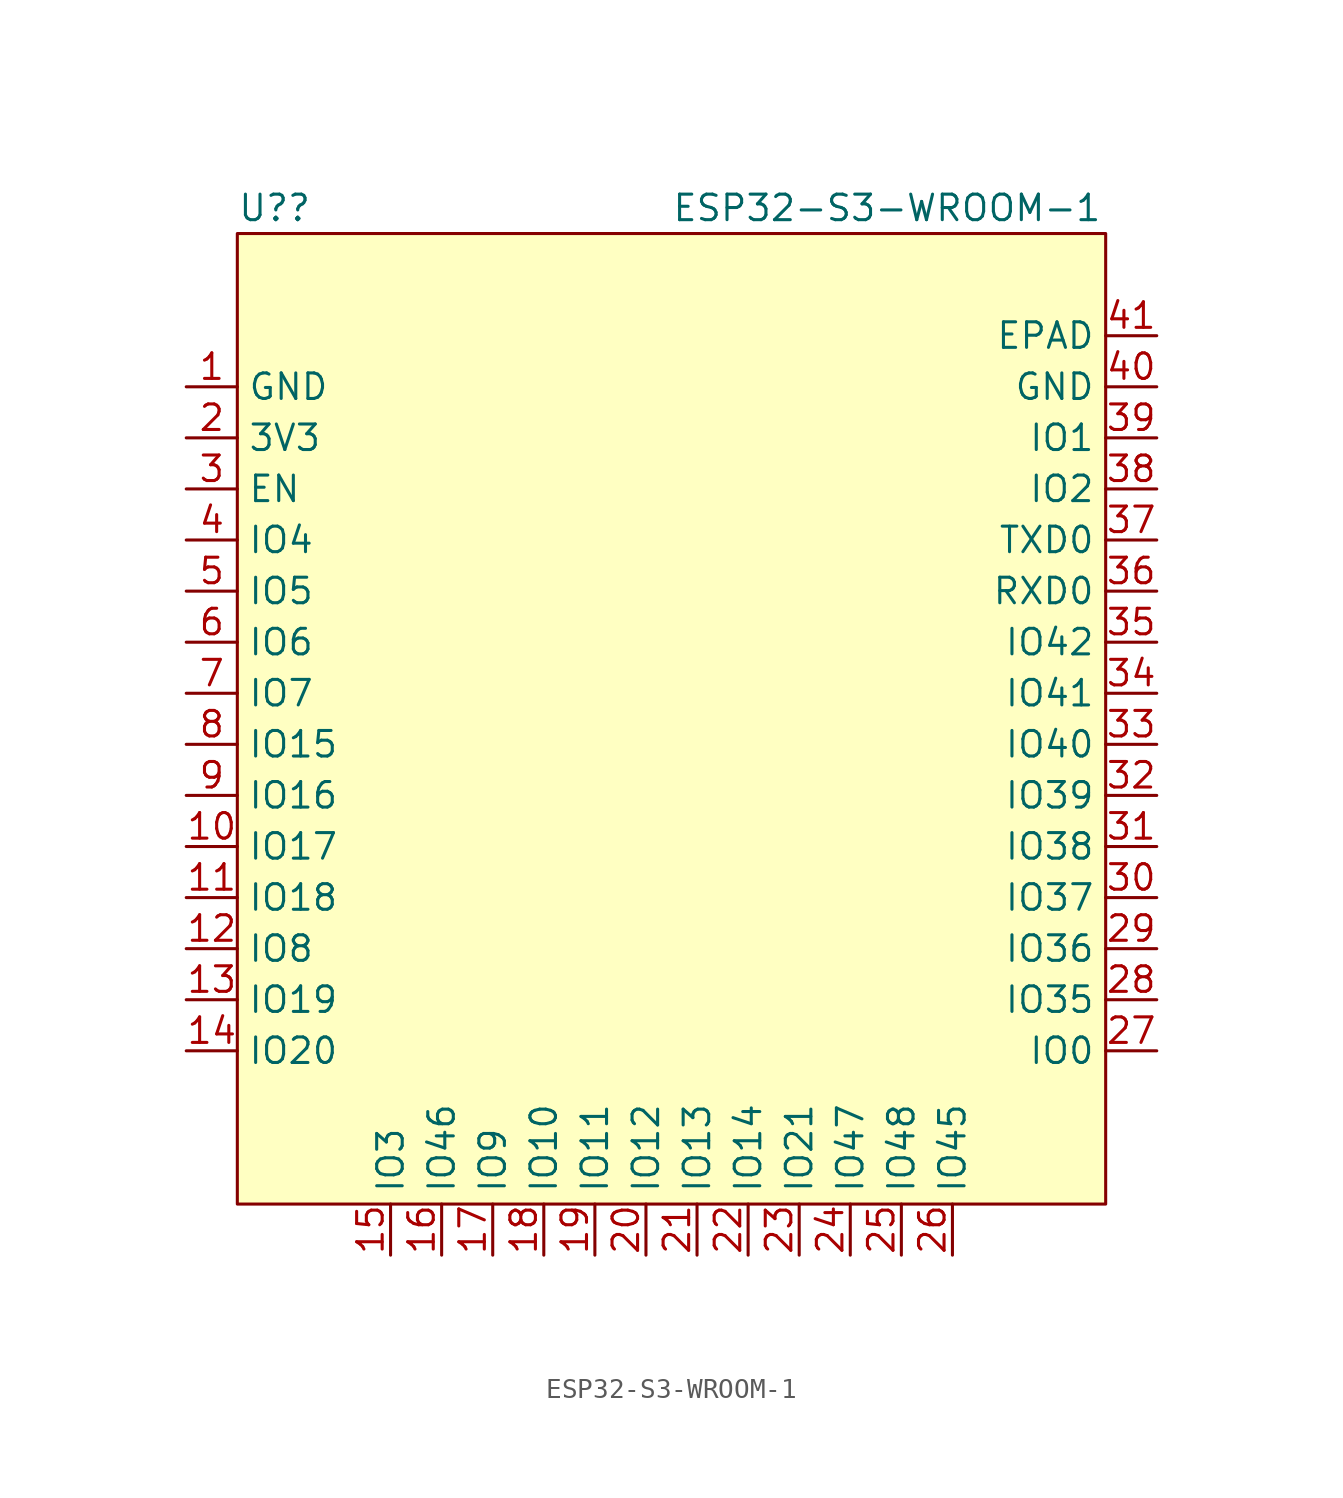
<source format=kicad_sym>
(kicad_symbol_lib
  (version 20211014)
  (generator kicad_symbol_editor)
  (symbol "ESP32-S3-WROOM-1"
    (property "Reference" "U?"
      (at -21.59 25.4 0)
      (effects (font (size 1.27 1.27)) (justify left)))
    (property "Value" "ESP32-S3-WROOM-1"
      (at 0 25.4 0)
      (effects (font (size 1.27 1.27)) (justify left)))
    (symbol "ESP32-S3-WROOM-1_0_1"
      (rectangle (start -21.59 24.13) (end 21.59 -24.13) (stroke (width 0) (type default) (color 0 0 0 0)) (fill (type background))))
    (symbol "ESP32-S3-WROOM-1_1_1"
      (pin power_in line (at -24.13 16.51 0) (length 2.54) (name "GND" (effects (font (size 1.27 1.27)))) (number "1" (effects (font (size 1.27 1.27)))))
      (pin bidirectional line (at -24.13 -6.35 0) (length 2.54) (name "IO17" (effects (font (size 1.27 1.27)))) (number "10" (effects (font (size 1.27 1.27)))))
      (pin bidirectional line (at -24.13 -8.89 0) (length 2.54) (name "IO18" (effects (font (size 1.27 1.27)))) (number "11" (effects (font (size 1.27 1.27)))))
      (pin bidirectional line (at -24.13 -11.43 0) (length 2.54) (name "IO8" (effects (font (size 1.27 1.27)))) (number "12" (effects (font (size 1.27 1.27)))))
      (pin bidirectional line (at -24.13 -13.97 0) (length 2.54) (name "IO19" (effects (font (size 1.27 1.27)))) (number "13" (effects (font (size 1.27 1.27)))))
      (pin bidirectional line (at -24.13 -16.51 0) (length 2.54) (name "IO20" (effects (font (size 1.27 1.27)))) (number "14" (effects (font (size 1.27 1.27)))))
      (pin bidirectional line (at -13.97 -26.67 90) (length 2.54) (name "IO3" (effects (font (size 1.27 1.27)))) (number "15" (effects (font (size 1.27 1.27)))))
      (pin bidirectional line (at -11.43 -26.67 90) (length 2.54) (name "IO46" (effects (font (size 1.27 1.27)))) (number "16" (effects (font (size 1.27 1.27)))))
      (pin bidirectional line (at -8.89 -26.67 90) (length 2.54) (name "IO9" (effects (font (size 1.27 1.27)))) (number "17" (effects (font (size 1.27 1.27)))))
      (pin bidirectional line (at -6.35 -26.67 90) (length 2.54) (name "IO10" (effects (font (size 1.27 1.27)))) (number "18" (effects (font (size 1.27 1.27)))))
      (pin bidirectional line (at -3.81 -26.67 90) (length 2.54) (name "IO11" (effects (font (size 1.27 1.27)))) (number "19" (effects (font (size 1.27 1.27)))))
      (pin power_in line (at -24.13 13.97 0) (length 2.54) (name "3V3" (effects (font (size 1.27 1.27)))) (number "2" (effects (font (size 1.27 1.27)))))
      (pin bidirectional line (at -1.27 -26.67 90) (length 2.54) (name "IO12" (effects (font (size 1.27 1.27)))) (number "20" (effects (font (size 1.27 1.27)))))
      (pin bidirectional line (at 1.27 -26.67 90) (length 2.54) (name "IO13" (effects (font (size 1.27 1.27)))) (number "21" (effects (font (size 1.27 1.27)))))
      (pin bidirectional line (at 3.81 -26.67 90) (length 2.54) (name "IO14" (effects (font (size 1.27 1.27)))) (number "22" (effects (font (size 1.27 1.27)))))
      (pin bidirectional line (at 6.35 -26.67 90) (length 2.54) (name "IO21" (effects (font (size 1.27 1.27)))) (number "23" (effects (font (size 1.27 1.27)))))
      (pin bidirectional line (at 8.89 -26.67 90) (length 2.54) (name "IO47" (effects (font (size 1.27 1.27)))) (number "24" (effects (font (size 1.27 1.27)))))
      (pin bidirectional line (at 11.43 -26.67 90) (length 2.54) (name "IO48" (effects (font (size 1.27 1.27)))) (number "25" (effects (font (size 1.27 1.27)))))
      (pin bidirectional line (at 13.97 -26.67 90) (length 2.54) (name "IO45" (effects (font (size 1.27 1.27)))) (number "26" (effects (font (size 1.27 1.27)))))
      (pin bidirectional line (at 24.13 -16.51 180) (length 2.54) (name "IO0" (effects (font (size 1.27 1.27)))) (number "27" (effects (font (size 1.27 1.27)))))
      (pin bidirectional line (at 24.13 -13.97 180) (length 2.54) (name "IO35" (effects (font (size 1.27 1.27)))) (number "28" (effects (font (size 1.27 1.27)))))
      (pin bidirectional line (at 24.13 -11.43 180) (length 2.54) (name "IO36" (effects (font (size 1.27 1.27)))) (number "29" (effects (font (size 1.27 1.27)))))
      (pin input line (at -24.13 11.43 0) (length 2.54) (name "EN" (effects (font (size 1.27 1.27)))) (number "3" (effects (font (size 1.27 1.27)))))
      (pin bidirectional line (at 24.13 -8.89 180) (length 2.54) (name "IO37" (effects (font (size 1.27 1.27)))) (number "30" (effects (font (size 1.27 1.27)))))
      (pin bidirectional line (at 24.13 -6.35 180) (length 2.54) (name "IO38" (effects (font (size 1.27 1.27)))) (number "31" (effects (font (size 1.27 1.27)))))
      (pin bidirectional line (at 24.13 -3.81 180) (length 2.54) (name "IO39" (effects (font (size 1.27 1.27)))) (number "32" (effects (font (size 1.27 1.27)))))
      (pin bidirectional line (at 24.13 -1.27 180) (length 2.54) (name "IO40" (effects (font (size 1.27 1.27)))) (number "33" (effects (font (size 1.27 1.27)))))
      (pin bidirectional line (at 24.13 1.27 180) (length 2.54) (name "IO41" (effects (font (size 1.27 1.27)))) (number "34" (effects (font (size 1.27 1.27)))))
      (pin bidirectional line (at 24.13 3.81 180) (length 2.54) (name "IO42" (effects (font (size 1.27 1.27)))) (number "35" (effects (font (size 1.27 1.27)))))
      (pin input line (at 24.13 6.35 180) (length 2.54) (name "RXD0" (effects (font (size 1.27 1.27)))) (number "36" (effects (font (size 1.27 1.27)))))
      (pin output line (at 24.13 8.89 180) (length 2.54) (name "TXD0" (effects (font (size 1.27 1.27)))) (number "37" (effects (font (size 1.27 1.27)))))
      (pin bidirectional line (at 24.13 11.43 180) (length 2.54) (name "IO2" (effects (font (size 1.27 1.27)))) (number "38" (effects (font (size 1.27 1.27)))))
      (pin bidirectional line (at 24.13 13.97 180) (length 2.54) (name "IO1" (effects (font (size 1.27 1.27)))) (number "39" (effects (font (size 1.27 1.27)))))
      (pin bidirectional line (at -24.13 8.89 0) (length 2.54) (name "IO4" (effects (font (size 1.27 1.27)))) (number "4" (effects (font (size 1.27 1.27)))))
      (pin power_in line (at 24.13 16.51 180) (length 2.54) (name "GND" (effects (font (size 1.27 1.27)))) (number "40" (effects (font (size 1.27 1.27)))))
      (pin power_in line (at 24.13 19.05 180) (length 2.54) (name "EPAD" (effects (font (size 1.27 1.27)))) (number "41" (effects (font (size 1.27 1.27)))))
      (pin bidirectional line (at -24.13 6.35 0) (length 2.54) (name "IO5" (effects (font (size 1.27 1.27)))) (number "5" (effects (font (size 1.27 1.27)))))
      (pin bidirectional line (at -24.13 3.81 0) (length 2.54) (name "IO6" (effects (font (size 1.27 1.27)))) (number "6" (effects (font (size 1.27 1.27)))))
      (pin bidirectional line (at -24.13 1.27 0) (length 2.54) (name "IO7" (effects (font (size 1.27 1.27)))) (number "7" (effects (font (size 1.27 1.27)))))
      (pin bidirectional line (at -24.13 -1.27 0) (length 2.54) (name "IO15" (effects (font (size 1.27 1.27)))) (number "8" (effects (font (size 1.27 1.27)))))
      (pin bidirectional line (at -24.13 -3.81 0) (length 2.54) (name "IO16" (effects (font (size 1.27 1.27)))) (number "9" (effects (font (size 1.27 1.27))))))))
</source>
